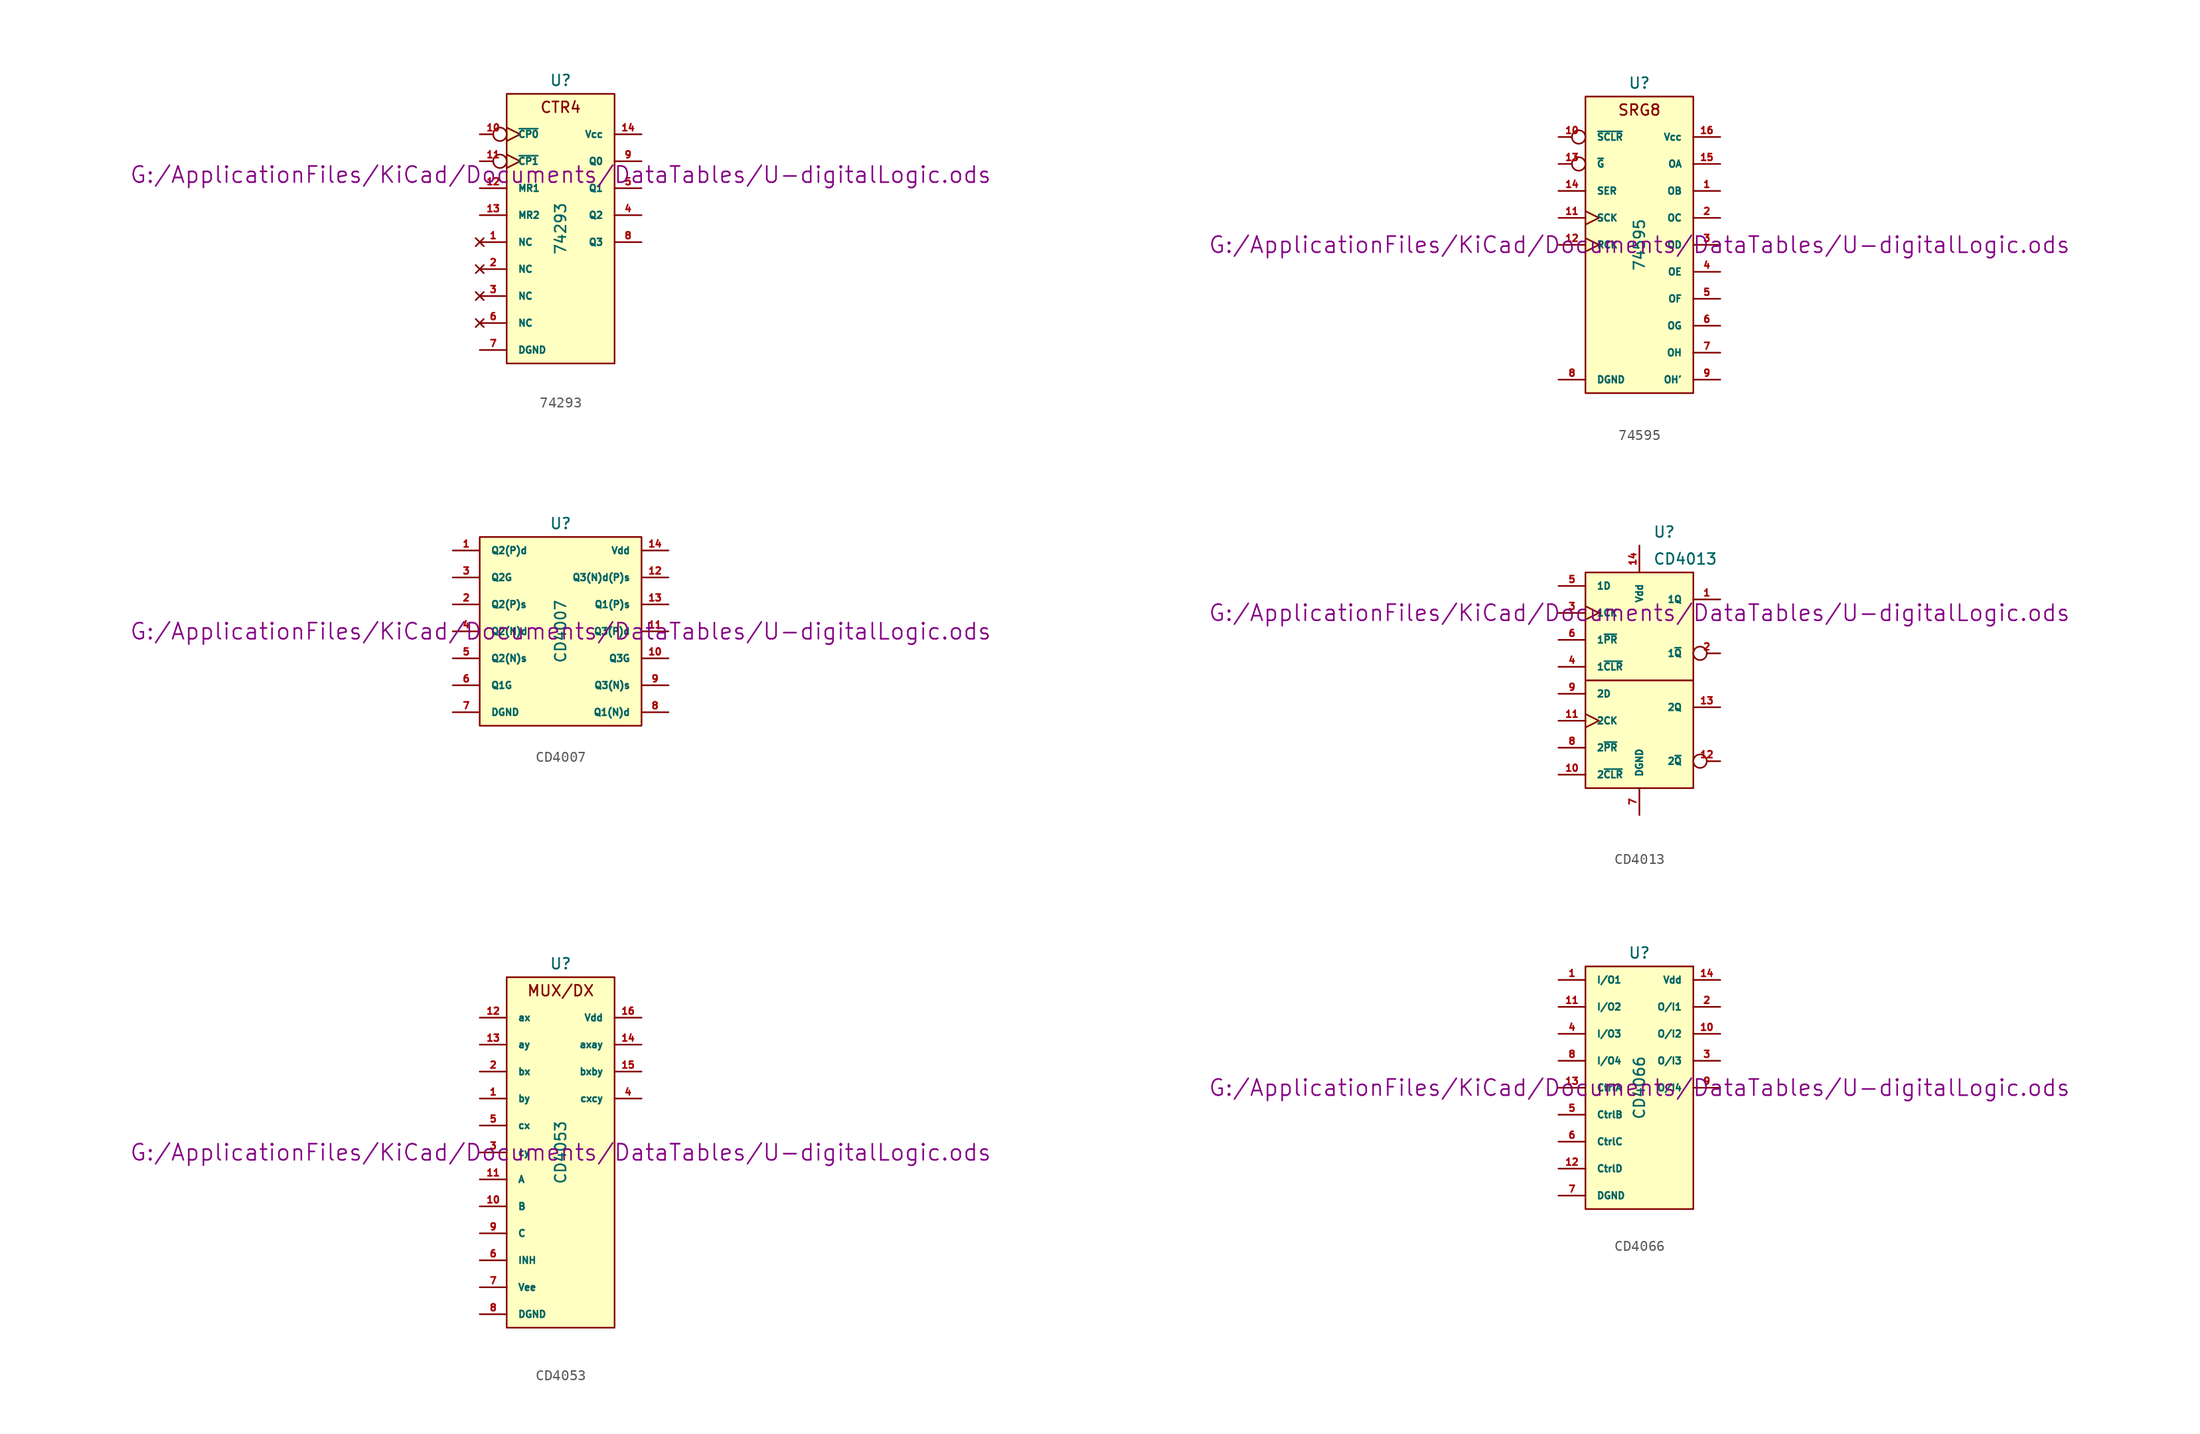
<source format=kicad_sym>
(kicad_symbol_lib
  (version 20211014)
  (generator kicad_symbol_editor)
  (symbol "74293"
    (pin_names
      (offset 1.016))
    (property "Reference" "U"
      (at 0 13.97 0)
      (effects (font (size 1.016 1.016))))
    (property "Value" "74293"
      (at 0 0 90)
      (effects (font (size 1.016 1.016))))
    (property "Footprint" ""
      (at 0 5.08 0)
      (effects (font (size 1.524 1.524))))
    (property "Datasheet" "G:/ApplicationFiles/KiCad/Documents/DataTables/U-digitalLogic.ods"
      (at 0 5.08 0)
      (effects (font (size 1.524 1.524))))
    (symbol "74293_0_0"
      (text "CTR4" (at 0 11.43 0) (effects (font (size 1.016 1.016)))))
    (symbol "74293_0_1"
      (rectangle (start -5.08 12.7) (end 5.08 -12.7) (stroke (width 0) (type default) (color 0 0 0 0)) (fill (type background))))
    (symbol "74293_1_1"
      (pin no_connect line (at -7.62 -1.27 0) (length 2.54) (name "NC" (effects (font (size 0.635 0.635)))) (number "1" (effects (font (size 0.635 0.635)))))
      (pin input inverted_clock (at -7.62 8.89 0) (length 2.54) (name "~{CP0}" (effects (font (size 0.635 0.635)))) (number "10" (effects (font (size 0.635 0.635)))))
      (pin input inverted_clock (at -7.62 6.35 0) (length 2.54) (name "~{CP1}" (effects (font (size 0.635 0.635)))) (number "11" (effects (font (size 0.635 0.635)))))
      (pin input line (at -7.62 3.81 0) (length 2.54) (name "MR1" (effects (font (size 0.635 0.635)))) (number "12" (effects (font (size 0.635 0.635)))))
      (pin input line (at -7.62 1.27 0) (length 2.54) (name "MR2" (effects (font (size 0.635 0.635)))) (number "13" (effects (font (size 0.635 0.635)))))
      (pin power_in line (at 7.62 8.89 180) (length 2.54) (name "Vcc" (effects (font (size 0.635 0.635)))) (number "14" (effects (font (size 0.635 0.635)))))
      (pin no_connect line (at -7.62 -3.81 0) (length 2.54) (name "NC" (effects (font (size 0.635 0.635)))) (number "2" (effects (font (size 0.635 0.635)))))
      (pin no_connect line (at -7.62 -6.35 0) (length 2.54) (name "NC" (effects (font (size 0.635 0.635)))) (number "3" (effects (font (size 0.635 0.635)))))
      (pin output line (at 7.62 1.27 180) (length 2.54) (name "Q2" (effects (font (size 0.635 0.635)))) (number "4" (effects (font (size 0.635 0.635)))))
      (pin output line (at 7.62 3.81 180) (length 2.54) (name "Q1" (effects (font (size 0.635 0.635)))) (number "5" (effects (font (size 0.635 0.635)))))
      (pin no_connect line (at -7.62 -8.89 0) (length 2.54) (name "NC" (effects (font (size 0.635 0.635)))) (number "6" (effects (font (size 0.635 0.635)))))
      (pin power_in line (at -7.62 -11.43 0) (length 2.54) (name "DGND" (effects (font (size 0.635 0.635)))) (number "7" (effects (font (size 0.635 0.635)))))
      (pin output line (at 7.62 -1.27 180) (length 2.54) (name "Q3" (effects (font (size 0.635 0.635)))) (number "8" (effects (font (size 0.635 0.635)))))
      (pin output line (at 7.62 6.35 180) (length 2.54) (name "Q0" (effects (font (size 0.635 0.635)))) (number "9" (effects (font (size 0.635 0.635)))))))
  (symbol "74595"
    (pin_names
      (offset 1.016))
    (property "Reference" "U"
      (at 0 15.24 0)
      (effects (font (size 1.016 1.016))))
    (property "Value" "74595"
      (at 0 0 90)
      (effects (font (size 1.016 1.016))))
    (property "Footprint" ""
      (at 0 0 0)
      (effects (font (size 1.524 1.524))))
    (property "Datasheet" "G:/ApplicationFiles/KiCad/Documents/DataTables/U-digitalLogic.ods"
      (at 0 0 0)
      (effects (font (size 1.524 1.524))))
    (symbol "74595_0_0"
      (text "SRG8" (at 0 12.7 0) (effects (font (size 1.016 1.016)))))
    (symbol "74595_0_1"
      (rectangle (start -5.08 13.97) (end 5.08 -13.97) (stroke (width 0) (type default) (color 0 0 0 0)) (fill (type background))))
    (symbol "74595_1_1"
      (pin tri_state line (at 7.62 5.08 180) (length 2.54) (name "OB" (effects (font (size 0.635 0.635)))) (number "1" (effects (font (size 0.635 0.635)))))
      (pin input inverted (at -7.62 10.16 0) (length 2.54) (name "~{SCLR}" (effects (font (size 0.635 0.635)))) (number "10" (effects (font (size 0.635 0.635)))))
      (pin input clock (at -7.62 2.54 0) (length 2.54) (name "SCK" (effects (font (size 0.635 0.635)))) (number "11" (effects (font (size 0.635 0.635)))))
      (pin input clock (at -7.62 0 0) (length 2.54) (name "RCK" (effects (font (size 0.635 0.635)))) (number "12" (effects (font (size 0.635 0.635)))))
      (pin input inverted (at -7.62 7.62 0) (length 2.54) (name "~{G}" (effects (font (size 0.635 0.635)))) (number "13" (effects (font (size 0.635 0.635)))))
      (pin input line (at -7.62 5.08 0) (length 2.54) (name "SER" (effects (font (size 0.635 0.635)))) (number "14" (effects (font (size 0.635 0.635)))))
      (pin tri_state line (at 7.62 7.62 180) (length 2.54) (name "OA" (effects (font (size 0.635 0.635)))) (number "15" (effects (font (size 0.635 0.635)))))
      (pin power_in line (at 7.62 10.16 180) (length 2.54) (name "Vcc" (effects (font (size 0.635 0.635)))) (number "16" (effects (font (size 0.635 0.635)))))
      (pin tri_state line (at 7.62 2.54 180) (length 2.54) (name "OC" (effects (font (size 0.635 0.635)))) (number "2" (effects (font (size 0.635 0.635)))))
      (pin tri_state line (at 7.62 0 180) (length 2.54) (name "OD" (effects (font (size 0.635 0.635)))) (number "3" (effects (font (size 0.635 0.635)))))
      (pin tri_state line (at 7.62 -2.54 180) (length 2.54) (name "OE" (effects (font (size 0.635 0.635)))) (number "4" (effects (font (size 0.635 0.635)))))
      (pin tri_state line (at 7.62 -5.08 180) (length 2.54) (name "OF" (effects (font (size 0.635 0.635)))) (number "5" (effects (font (size 0.635 0.635)))))
      (pin tri_state line (at 7.62 -7.62 180) (length 2.54) (name "OG" (effects (font (size 0.635 0.635)))) (number "6" (effects (font (size 0.635 0.635)))))
      (pin tri_state line (at 7.62 -10.16 180) (length 2.54) (name "OH" (effects (font (size 0.635 0.635)))) (number "7" (effects (font (size 0.635 0.635)))))
      (pin power_in line (at -7.62 -12.7 0) (length 2.54) (name "DGND" (effects (font (size 0.635 0.635)))) (number "8" (effects (font (size 0.635 0.635)))))
      (pin output line (at 7.62 -12.7 180) (length 2.54) (name "OH'" (effects (font (size 0.635 0.635)))) (number "9" (effects (font (size 0.635 0.635)))))))
  (symbol "CD4007"
    (pin_names
      (offset 1.016))
    (property "Reference" "U"
      (at 0 10.16 0)
      (effects (font (size 1.016 1.016))))
    (property "Value" "CD4007"
      (at 0 0 90)
      (effects (font (size 1.016 1.016))))
    (property "Footprint" ""
      (at 0 0 0)
      (effects (font (size 1.524 1.524))))
    (property "Datasheet" "G:/ApplicationFiles/KiCad/Documents/DataTables/U-digitalLogic.ods"
      (at 0 0 0)
      (effects (font (size 1.524 1.524))))
    (symbol "CD4007_0_1"
      (rectangle (start -7.62 8.89) (end 7.62 -8.89) (stroke (width 0) (type default) (color 0 0 0 0)) (fill (type background))))
    (symbol "CD4007_1_1"
      (pin bidirectional line (at -10.16 7.62 0) (length 2.54) (name "Q2(P)d" (effects (font (size 0.635 0.635)))) (number "1" (effects (font (size 0.635 0.635)))))
      (pin bidirectional line (at 10.16 -2.54 180) (length 2.54) (name "Q3G" (effects (font (size 0.635 0.635)))) (number "10" (effects (font (size 0.635 0.635)))))
      (pin bidirectional line (at 10.16 0 180) (length 2.54) (name "Q3(P)d" (effects (font (size 0.635 0.635)))) (number "11" (effects (font (size 0.635 0.635)))))
      (pin bidirectional line (at 10.16 5.08 180) (length 2.54) (name "Q3(N)d(P)s" (effects (font (size 0.635 0.635)))) (number "12" (effects (font (size 0.635 0.635)))))
      (pin bidirectional line (at 10.16 2.54 180) (length 2.54) (name "Q1(P)s" (effects (font (size 0.635 0.635)))) (number "13" (effects (font (size 0.635 0.635)))))
      (pin power_in line (at 10.16 7.62 180) (length 2.54) (name "Vdd" (effects (font (size 0.635 0.635)))) (number "14" (effects (font (size 0.635 0.635)))))
      (pin bidirectional line (at -10.16 2.54 0) (length 2.54) (name "Q2(P)s" (effects (font (size 0.635 0.635)))) (number "2" (effects (font (size 0.635 0.635)))))
      (pin bidirectional line (at -10.16 5.08 0) (length 2.54) (name "Q2G" (effects (font (size 0.635 0.635)))) (number "3" (effects (font (size 0.635 0.635)))))
      (pin bidirectional line (at -10.16 0 0) (length 2.54) (name "Q2(N)d" (effects (font (size 0.635 0.635)))) (number "4" (effects (font (size 0.635 0.635)))))
      (pin bidirectional line (at -10.16 -2.54 0) (length 2.54) (name "Q2(N)s" (effects (font (size 0.635 0.635)))) (number "5" (effects (font (size 0.635 0.635)))))
      (pin bidirectional line (at -10.16 -5.08 0) (length 2.54) (name "Q1G" (effects (font (size 0.635 0.635)))) (number "6" (effects (font (size 0.635 0.635)))))
      (pin power_in line (at -10.16 -7.62 0) (length 2.54) (name "DGND" (effects (font (size 0.635 0.635)))) (number "7" (effects (font (size 0.635 0.635)))))
      (pin bidirectional line (at 10.16 -7.62 180) (length 2.54) (name "Q1(N)d" (effects (font (size 0.635 0.635)))) (number "8" (effects (font (size 0.635 0.635)))))
      (pin bidirectional line (at 10.16 -5.08 180) (length 2.54) (name "Q3(N)s" (effects (font (size 0.635 0.635)))) (number "9" (effects (font (size 0.635 0.635)))))))
  (symbol "CD4013"
    (pin_names
      (offset 1.016))
    (property "Reference" "U"
      (at 1.27 13.97 0)
      (effects (font (size 1.016 1.016)) (justify left)))
    (property "Value" "CD4013"
      (at 1.27 11.43 0)
      (effects (font (size 1.016 1.016)) (justify left)))
    (property "Footprint" ""
      (at 0 6.35 0)
      (effects (font (size 1.524 1.524))))
    (property "Datasheet" "G:/ApplicationFiles/KiCad/Documents/DataTables/U-digitalLogic.ods"
      (at 0 6.35 0)
      (effects (font (size 1.524 1.524))))
    (symbol "CD4013_0_1"
      (rectangle (start -5.08 0) (end 5.08 -10.16) (stroke (width 0) (type default) (color 0 0 0 0)) (fill (type background)))
      (rectangle (start -5.08 10.16) (end 5.08 0) (stroke (width 0) (type default) (color 0 0 0 0)) (fill (type background))))
    (symbol "CD4013_1_1"
      (pin output line (at 7.62 7.62 180) (length 2.54) (name "1Q" (effects (font (size 0.635 0.635)))) (number "1" (effects (font (size 0.635 0.635)))))
      (pin input line (at -7.62 -8.89 0) (length 2.54) (name "2~{CLR}" (effects (font (size 0.635 0.635)))) (number "10" (effects (font (size 0.635 0.635)))))
      (pin input clock (at -7.62 -3.81 0) (length 2.54) (name "2CK" (effects (font (size 0.635 0.635)))) (number "11" (effects (font (size 0.635 0.635)))))
      (pin output inverted (at 7.62 -7.62 180) (length 2.54) (name "2~{Q}" (effects (font (size 0.635 0.635)))) (number "12" (effects (font (size 0.635 0.635)))))
      (pin output line (at 7.62 -2.54 180) (length 2.54) (name "2Q" (effects (font (size 0.635 0.635)))) (number "13" (effects (font (size 0.635 0.635)))))
      (pin power_in line (at 0 12.7 270) (length 2.54) (name "Vdd" (effects (font (size 0.635 0.635)))) (number "14" (effects (font (size 0.635 0.635)))))
      (pin output inverted (at 7.62 2.54 180) (length 2.54) (name "1~{Q}" (effects (font (size 0.635 0.635)))) (number "2" (effects (font (size 0.635 0.635)))))
      (pin input clock (at -7.62 6.35 0) (length 2.54) (name "1CK" (effects (font (size 0.635 0.635)))) (number "3" (effects (font (size 0.635 0.635)))))
      (pin input line (at -7.62 1.27 0) (length 2.54) (name "1~{CLR}" (effects (font (size 0.635 0.635)))) (number "4" (effects (font (size 0.635 0.635)))))
      (pin input line (at -7.62 8.89 0) (length 2.54) (name "1D" (effects (font (size 0.635 0.635)))) (number "5" (effects (font (size 0.635 0.635)))))
      (pin input line (at -7.62 3.81 0) (length 2.54) (name "1~{PR}" (effects (font (size 0.635 0.635)))) (number "6" (effects (font (size 0.635 0.635)))))
      (pin power_in line (at 0 -12.7 90) (length 2.54) (name "DGND" (effects (font (size 0.635 0.635)))) (number "7" (effects (font (size 0.635 0.635)))))
      (pin input line (at -7.62 -6.35 0) (length 2.54) (name "2~{PR}" (effects (font (size 0.635 0.635)))) (number "8" (effects (font (size 0.635 0.635)))))
      (pin input line (at -7.62 -1.27 0) (length 2.54) (name "2D" (effects (font (size 0.635 0.635)))) (number "9" (effects (font (size 0.635 0.635)))))))
  (symbol "CD4053"
    (pin_names
      (offset 1.016))
    (property "Reference" "U"
      (at 0 17.78 0)
      (effects (font (size 1.016 1.016))))
    (property "Value" "CD4053"
      (at 0 0 90)
      (effects (font (size 1.016 1.016))))
    (property "Footprint" ""
      (at 0 0 0)
      (effects (font (size 1.524 1.524))))
    (property "Datasheet" "G:/ApplicationFiles/KiCad/Documents/DataTables/U-digitalLogic.ods"
      (at 0 0 0)
      (effects (font (size 1.524 1.524))))
    (symbol "CD4053_0_0"
      (text "MUX/DX" (at 0 15.24 0) (effects (font (size 1.016 1.016)))))
    (symbol "CD4053_0_1"
      (rectangle (start -5.08 16.51) (end 5.08 -16.51) (stroke (width 0) (type default) (color 0 0 0 0)) (fill (type background))))
    (symbol "CD4053_1_1"
      (pin bidirectional line (at -7.62 5.08 0) (length 2.54) (name "by" (effects (font (size 0.635 0.635)))) (number "1" (effects (font (size 0.635 0.635)))))
      (pin input line (at -7.62 -5.08 0) (length 2.54) (name "B" (effects (font (size 0.635 0.635)))) (number "10" (effects (font (size 0.635 0.635)))))
      (pin input line (at -7.62 -2.54 0) (length 2.54) (name "A" (effects (font (size 0.635 0.635)))) (number "11" (effects (font (size 0.635 0.635)))))
      (pin bidirectional line (at -7.62 12.7 0) (length 2.54) (name "ax" (effects (font (size 0.635 0.635)))) (number "12" (effects (font (size 0.635 0.635)))))
      (pin bidirectional line (at -7.62 10.16 0) (length 2.54) (name "ay" (effects (font (size 0.635 0.635)))) (number "13" (effects (font (size 0.635 0.635)))))
      (pin bidirectional line (at 7.62 10.16 180) (length 2.54) (name "axay" (effects (font (size 0.635 0.635)))) (number "14" (effects (font (size 0.635 0.635)))))
      (pin bidirectional line (at 7.62 7.62 180) (length 2.54) (name "bxby" (effects (font (size 0.635 0.635)))) (number "15" (effects (font (size 0.635 0.635)))))
      (pin power_in line (at 7.62 12.7 180) (length 2.54) (name "Vdd" (effects (font (size 0.635 0.635)))) (number "16" (effects (font (size 0.635 0.635)))))
      (pin bidirectional line (at -7.62 7.62 0) (length 2.54) (name "bx" (effects (font (size 0.635 0.635)))) (number "2" (effects (font (size 0.635 0.635)))))
      (pin bidirectional line (at -7.62 0 0) (length 2.54) (name "cy" (effects (font (size 0.635 0.635)))) (number "3" (effects (font (size 0.635 0.635)))))
      (pin bidirectional line (at 7.62 5.08 180) (length 2.54) (name "cxcy" (effects (font (size 0.635 0.635)))) (number "4" (effects (font (size 0.635 0.635)))))
      (pin bidirectional line (at -7.62 2.54 0) (length 2.54) (name "cx" (effects (font (size 0.635 0.635)))) (number "5" (effects (font (size 0.635 0.635)))))
      (pin input line (at -7.62 -10.16 0) (length 2.54) (name "INH" (effects (font (size 0.635 0.635)))) (number "6" (effects (font (size 0.635 0.635)))))
      (pin power_in line (at -7.62 -12.7 0) (length 2.54) (name "Vee" (effects (font (size 0.635 0.635)))) (number "7" (effects (font (size 0.635 0.635)))))
      (pin power_in line (at -7.62 -15.24 0) (length 2.54) (name "DGND" (effects (font (size 0.635 0.635)))) (number "8" (effects (font (size 0.635 0.635)))))
      (pin input line (at -7.62 -7.62 0) (length 2.54) (name "C" (effects (font (size 0.635 0.635)))) (number "9" (effects (font (size 0.635 0.635)))))))
  (symbol "CD4066"
    (pin_names
      (offset 1.016))
    (property "Reference" "U"
      (at 0 12.7 0)
      (effects (font (size 1.016 1.016))))
    (property "Value" "CD4066"
      (at 0 0 90)
      (effects (font (size 1.016 1.016))))
    (property "Footprint" ""
      (at 0 0 0)
      (effects (font (size 1.524 1.524))))
    (property "Datasheet" "G:/ApplicationFiles/KiCad/Documents/DataTables/U-digitalLogic.ods"
      (at 0 0 0)
      (effects (font (size 1.524 1.524))))
    (symbol "CD4066_0_1"
      (rectangle (start -5.08 11.43) (end 5.08 -11.43) (stroke (width 0) (type default) (color 0 0 0 0)) (fill (type background))))
    (symbol "CD4066_1_1"
      (pin bidirectional line (at -7.62 10.16 0) (length 2.54) (name "I/O1" (effects (font (size 0.635 0.635)))) (number "1" (effects (font (size 0.635 0.635)))))
      (pin bidirectional line (at 7.62 5.08 180) (length 2.54) (name "O/I2" (effects (font (size 0.635 0.635)))) (number "10" (effects (font (size 0.635 0.635)))))
      (pin bidirectional line (at -7.62 7.62 0) (length 2.54) (name "I/O2" (effects (font (size 0.635 0.635)))) (number "11" (effects (font (size 0.635 0.635)))))
      (pin input line (at -7.62 -7.62 0) (length 2.54) (name "CtrlD" (effects (font (size 0.635 0.635)))) (number "12" (effects (font (size 0.635 0.635)))))
      (pin input line (at -7.62 0 0) (length 2.54) (name "CtrlA" (effects (font (size 0.635 0.635)))) (number "13" (effects (font (size 0.635 0.635)))))
      (pin power_in line (at 7.62 10.16 180) (length 2.54) (name "Vdd" (effects (font (size 0.635 0.635)))) (number "14" (effects (font (size 0.635 0.635)))))
      (pin bidirectional line (at 7.62 7.62 180) (length 2.54) (name "O/I1" (effects (font (size 0.635 0.635)))) (number "2" (effects (font (size 0.635 0.635)))))
      (pin bidirectional line (at 7.62 2.54 180) (length 2.54) (name "O/I3" (effects (font (size 0.635 0.635)))) (number "3" (effects (font (size 0.635 0.635)))))
      (pin bidirectional line (at -7.62 5.08 0) (length 2.54) (name "I/O3" (effects (font (size 0.635 0.635)))) (number "4" (effects (font (size 0.635 0.635)))))
      (pin input line (at -7.62 -2.54 0) (length 2.54) (name "CtrlB" (effects (font (size 0.635 0.635)))) (number "5" (effects (font (size 0.635 0.635)))))
      (pin input line (at -7.62 -5.08 0) (length 2.54) (name "CtrlC" (effects (font (size 0.635 0.635)))) (number "6" (effects (font (size 0.635 0.635)))))
      (pin power_in line (at -7.62 -10.16 0) (length 2.54) (name "DGND" (effects (font (size 0.635 0.635)))) (number "7" (effects (font (size 0.635 0.635)))))
      (pin bidirectional line (at -7.62 2.54 0) (length 2.54) (name "I/O4" (effects (font (size 0.635 0.635)))) (number "8" (effects (font (size 0.635 0.635)))))
      (pin bidirectional line (at 7.62 0 180) (length 2.54) (name "O/I4" (effects (font (size 0.635 0.635)))) (number "9" (effects (font (size 0.635 0.635))))))))
</source>
